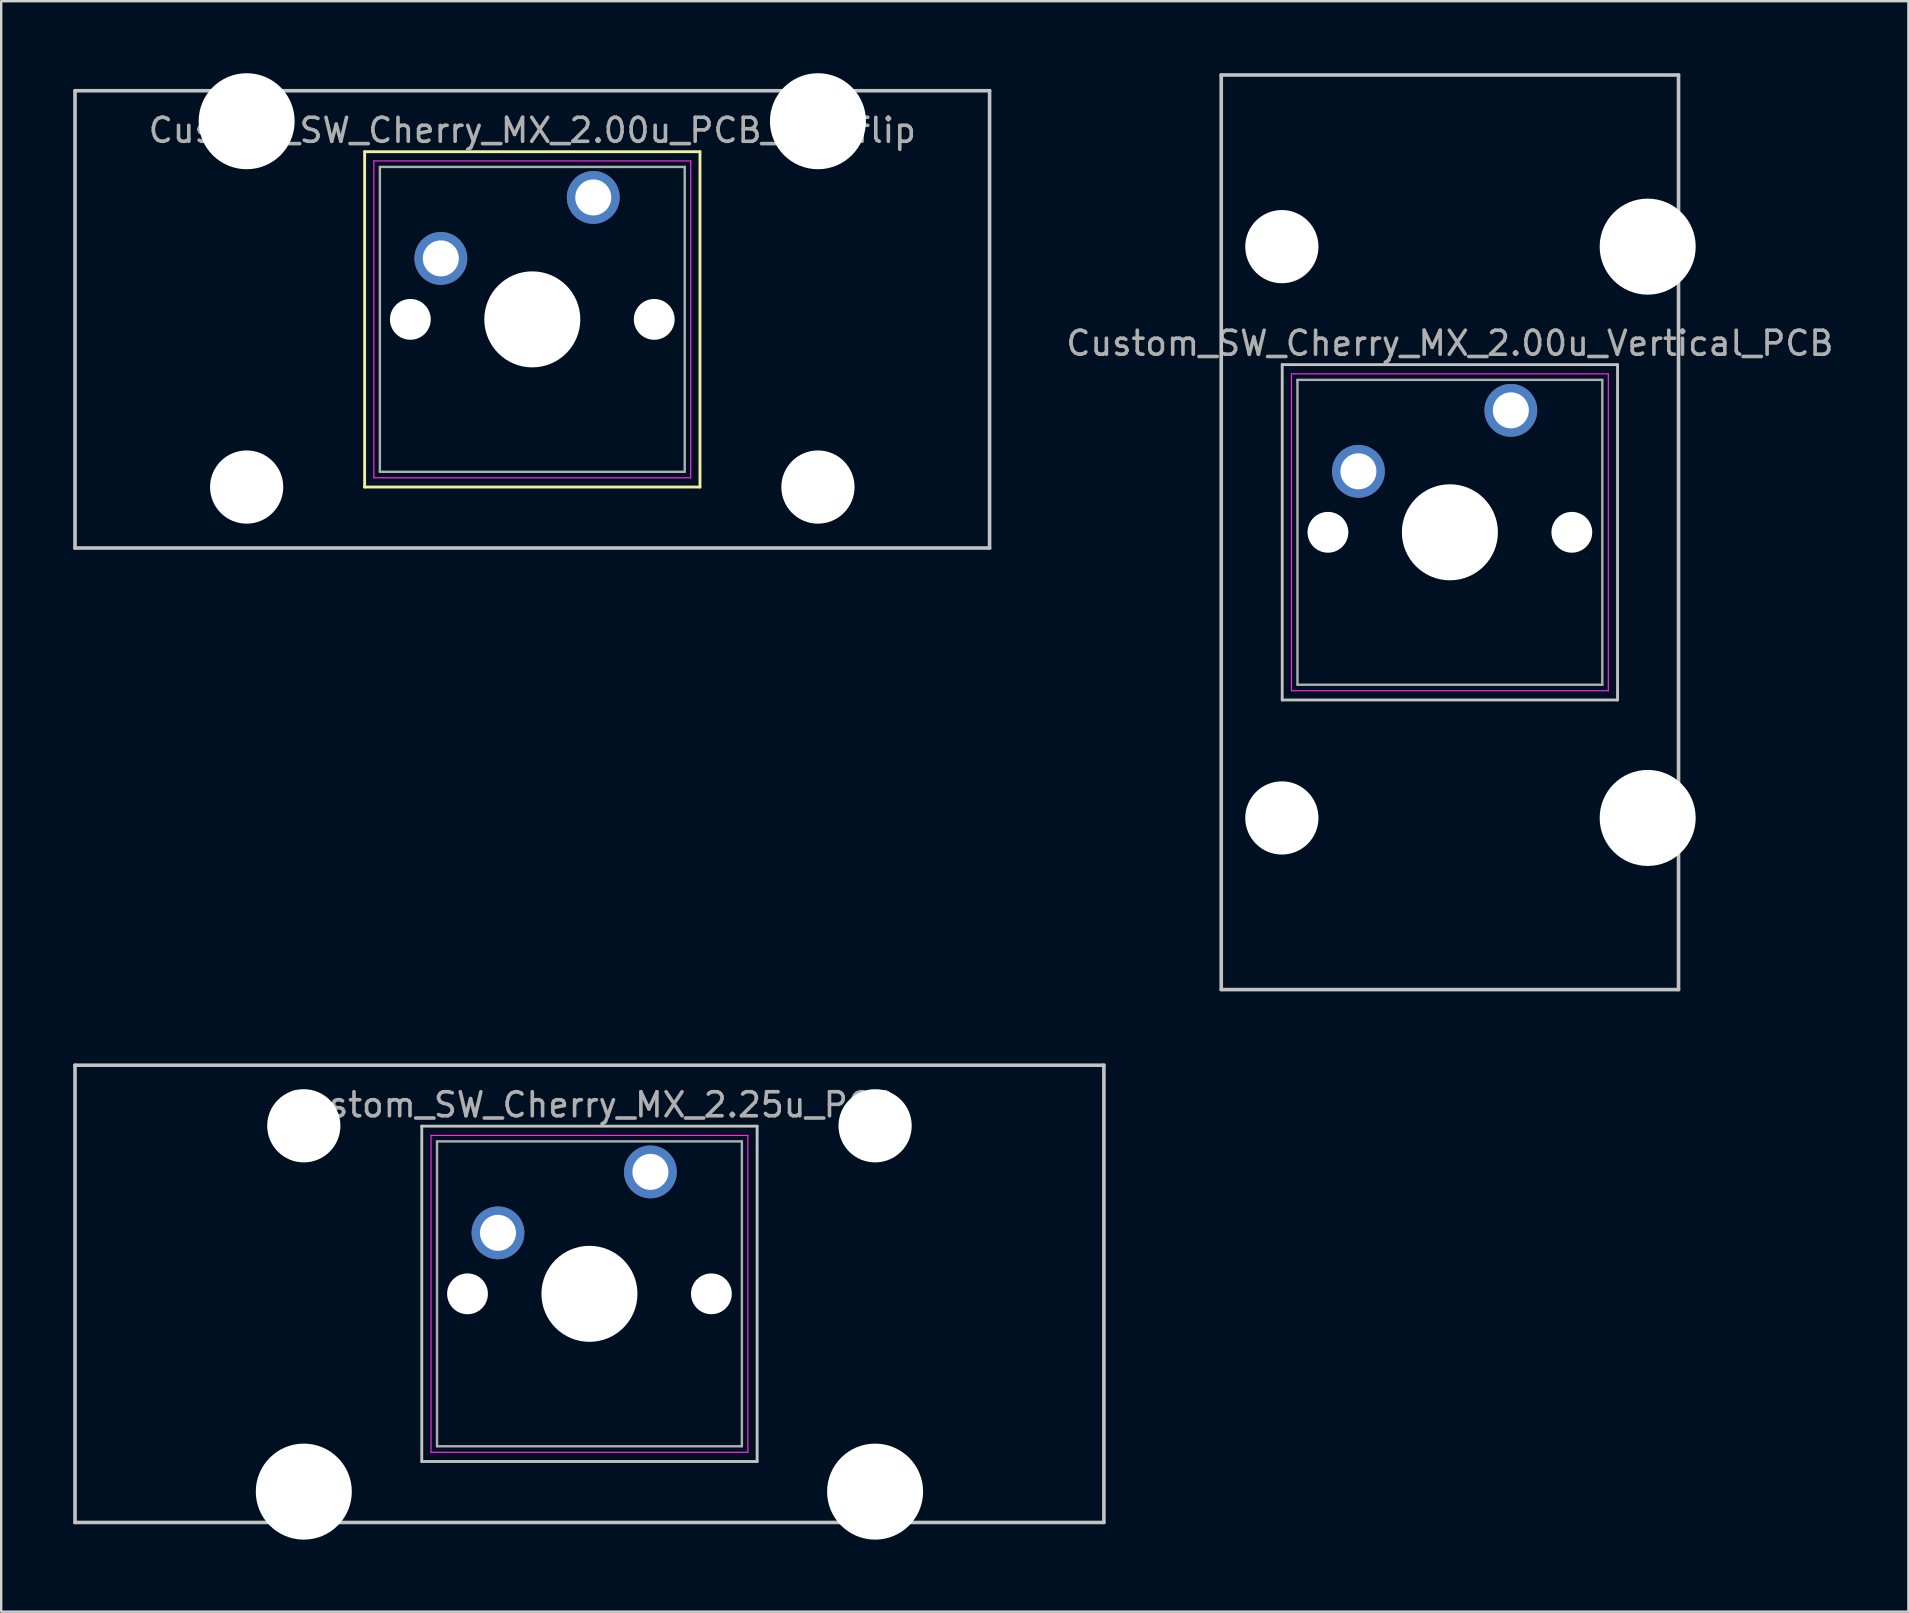
<source format=kicad_pcb>
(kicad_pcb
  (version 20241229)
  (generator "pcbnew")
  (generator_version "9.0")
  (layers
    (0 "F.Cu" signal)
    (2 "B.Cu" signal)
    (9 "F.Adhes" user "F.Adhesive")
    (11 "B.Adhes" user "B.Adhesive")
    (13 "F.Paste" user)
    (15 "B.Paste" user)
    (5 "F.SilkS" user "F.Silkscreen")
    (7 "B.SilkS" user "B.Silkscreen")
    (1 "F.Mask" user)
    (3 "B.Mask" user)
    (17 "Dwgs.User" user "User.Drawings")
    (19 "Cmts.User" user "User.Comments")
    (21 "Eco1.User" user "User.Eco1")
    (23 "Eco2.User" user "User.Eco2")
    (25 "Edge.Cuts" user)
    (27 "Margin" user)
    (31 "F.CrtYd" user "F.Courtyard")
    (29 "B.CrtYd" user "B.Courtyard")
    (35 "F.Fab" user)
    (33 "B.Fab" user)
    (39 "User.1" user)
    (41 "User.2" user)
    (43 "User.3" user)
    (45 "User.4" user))
  (footprint "Custom_SW_Cherry_MX_2.00u_PCB_stabflip"
    (layer "F.Cu")
    (at 21.665 5.175)
    (property "Reference" "Custom_SW_Cherry_MX_2.00u_PCB_stabflip" (at -2.54 -2.794 0) (layer "F.Fab") (effects (font (size 1 1) (thickness 0.15))))
    (attr through_hole)
    (fp_line (start -9.525 -1.905) (end 4.445 -1.905) (stroke (width 0.12) (type solid)) (layer "F.SilkS"))
    (fp_line (start -9.525 12.065) (end -9.525 -1.905) (stroke (width 0.12) (type solid)) (layer "F.SilkS"))
    (fp_line (start 4.445 -1.905) (end 4.445 12.065) (stroke (width 0.12) (type solid)) (layer "F.SilkS"))
    (fp_line (start 4.445 12.065) (end -9.525 12.065) (stroke (width 0.12) (type solid)) (layer "F.SilkS"))
    (fp_line (start -21.59 -4.445) (end 16.51 -4.445) (stroke (width 0.15) (type solid)) (layer "Dwgs.User"))
    (fp_line (start -21.59 14.605) (end -21.59 -4.445) (stroke (width 0.15) (type solid)) (layer "Dwgs.User"))
    (fp_line (start 16.51 -4.445) (end 16.51 14.605) (stroke (width 0.15) (type solid)) (layer "Dwgs.User"))
    (fp_line (start 16.51 14.605) (end -21.59 14.605) (stroke (width 0.15) (type solid)) (layer "Dwgs.User"))
    (fp_line (start -9.14 -1.52) (end 4.06 -1.52) (stroke (width 0.05) (type solid)) (layer "F.CrtYd"))
    (fp_line (start -9.14 11.68) (end -9.14 -1.52) (stroke (width 0.05) (type solid)) (layer "F.CrtYd"))
    (fp_line (start 4.06 -1.52) (end 4.06 11.68) (stroke (width 0.05) (type solid)) (layer "F.CrtYd"))
    (fp_line (start 4.06 11.68) (end -9.14 11.68) (stroke (width 0.05) (type solid)) (layer "F.CrtYd"))
    (fp_line (start -8.89 -1.27) (end 3.81 -1.27) (stroke (width 0.1) (type solid)) (layer "F.Fab"))
    (fp_line (start -8.89 11.43) (end -8.89 -1.27) (stroke (width 0.1) (type solid)) (layer "F.Fab"))
    (fp_line (start 3.81 -1.27) (end 3.81 11.43) (stroke (width 0.1) (type solid)) (layer "F.Fab"))
    (fp_line (start 3.81 11.43) (end -8.89 11.43) (stroke (width 0.1) (type solid)) (layer "F.Fab"))
    (pad "" np_thru_hole circle (at -14.44 -3.175) (size 4 4) (drill 4) (layers "*.Cu" "*.Mask"))
    (pad "" np_thru_hole circle (at -14.44 12.065) (size 3.05 3.05) (drill 3.05) (layers "*.Cu" "*.Mask"))
    (pad "" np_thru_hole circle (at -7.62 5.08) (size 1.7 1.7) (drill 1.7) (layers "*.Cu" "*.Mask"))
    (pad "" np_thru_hole circle (at -2.54 5.08) (size 4 4) (drill 4) (layers "*.Cu" "*.Mask"))
    (pad "" np_thru_hole circle (at 2.54 5.08) (size 1.7 1.7) (drill 1.7) (layers "*.Cu" "*.Mask"))
    (pad "" np_thru_hole circle (at 9.36 -3.175) (size 4 4) (drill 4) (layers "*.Cu" "*.Mask"))
    (pad "" np_thru_hole circle (at 9.36 12.065) (size 3.05 3.05) (drill 3.05) (layers "*.Cu" "*.Mask"))
    (pad "1" thru_hole circle (at 0 0) (size 2.2 2.2) (drill 1.5) (layers "*.Cu" "*.Mask"))
    (pad "2" thru_hole circle (at -6.35 2.54) (size 2.2 2.2) (drill 1.5) (layers "*.Cu" "*.Mask")))
  (footprint "Custom_SW_Cherry_MX_2.25u_PCB"
    (layer "F.Cu")
    (at 24.046 45.77)
    (property "Reference" "Custom_SW_Cherry_MX_2.25u_PCB" (at -2.54 -2.794 0) (layer "F.Fab") (effects (font (size 1 1) (thickness 0.15))))
    (attr through_hole)
    (fp_line (start -23.971 -4.445) (end 18.891 -4.445) (stroke (width 0.15) (type solid)) (layer "Dwgs.User"))
    (fp_line (start -23.971 14.605) (end -23.971 -4.445) (stroke (width 0.15) (type solid)) (layer "Dwgs.User"))
    (fp_line (start -9.525 -1.905) (end 4.445 -1.905) (stroke (width 0.12) (type solid)) (layer "Dwgs.User"))
    (fp_line (start -9.525 12.065) (end -9.525 -1.905) (stroke (width 0.12) (type solid)) (layer "Dwgs.User"))
    (fp_line (start 4.445 -1.905) (end 4.445 12.065) (stroke (width 0.12) (type solid)) (layer "Dwgs.User"))
    (fp_line (start 4.445 12.065) (end -9.525 12.065) (stroke (width 0.12) (type solid)) (layer "Dwgs.User"))
    (fp_line (start 18.891 -4.445) (end 18.891 14.605) (stroke (width 0.15) (type solid)) (layer "Dwgs.User"))
    (fp_line (start 18.891 14.605) (end -23.971 14.605) (stroke (width 0.15) (type solid)) (layer "Dwgs.User"))
    (fp_line (start -9.14 -1.52) (end 4.06 -1.52) (stroke (width 0.05) (type solid)) (layer "F.CrtYd"))
    (fp_line (start -9.14 11.68) (end -9.14 -1.52) (stroke (width 0.05) (type solid)) (layer "F.CrtYd"))
    (fp_line (start 4.06 -1.52) (end 4.06 11.68) (stroke (width 0.05) (type solid)) (layer "F.CrtYd"))
    (fp_line (start 4.06 11.68) (end -9.14 11.68) (stroke (width 0.05) (type solid)) (layer "F.CrtYd"))
    (fp_line (start -8.89 -1.27) (end 3.81 -1.27) (stroke (width 0.1) (type solid)) (layer "F.Fab"))
    (fp_line (start -8.89 11.43) (end -8.89 -1.27) (stroke (width 0.1) (type solid)) (layer "F.Fab"))
    (fp_line (start 3.81 -1.27) (end 3.81 11.43) (stroke (width 0.1) (type solid)) (layer "F.Fab"))
    (fp_line (start 3.81 11.43) (end -8.89 11.43) (stroke (width 0.1) (type solid)) (layer "F.Fab"))
    (pad "" np_thru_hole circle (at -14.44 -1.92) (size 3.05 3.05) (drill 3.05) (layers "*.Cu" "*.Mask"))
    (pad "" np_thru_hole circle (at -14.44 13.32) (size 4 4) (drill 4) (layers "*.Cu" "*.Mask"))
    (pad "" np_thru_hole circle (at -7.62 5.08) (size 1.7 1.7) (drill 1.7) (layers "*.Cu" "*.Mask"))
    (pad "" np_thru_hole circle (at -2.54 5.08) (size 4 4) (drill 4) (layers "*.Cu" "*.Mask"))
    (pad "" np_thru_hole circle (at 2.54 5.08) (size 1.7 1.7) (drill 1.7) (layers "*.Cu" "*.Mask"))
    (pad "" np_thru_hole circle (at 9.36 -1.92) (size 3.05 3.05) (drill 3.05) (layers "*.Cu" "*.Mask"))
    (pad "" np_thru_hole circle (at 9.36 13.32) (size 4 4) (drill 4) (layers "*.Cu" "*.Mask"))
    (pad "1" thru_hole circle (at 0 0) (size 2.2 2.2) (drill 1.5) (layers "*.Cu" "*.Mask"))
    (pad "2" thru_hole circle (at -6.35 2.54) (size 2.2 2.2) (drill 1.5) (layers "*.Cu" "*.Mask")))
  (footprint "Custom_SW_Cherry_MX_2.00u_Vertical_PCB"
    (layer "F.Cu")
    (at 59.891 14.045)
    (property "Reference" "Custom_SW_Cherry_MX_2.00u_Vertical_PCB" (at -2.54 -2.794 0) (layer "F.Fab") (effects (font (size 1 1) (thickness 0.15))))
    (attr through_hole)
    (fp_line (start -12.065 -13.97) (end 6.985 -13.97) (stroke (width 0.15) (type solid)) (layer "Dwgs.User"))
    (fp_line (start -12.065 24.13) (end -12.065 -13.97) (stroke (width 0.15) (type solid)) (layer "Dwgs.User"))
    (fp_line (start -9.525 -1.905) (end 4.445 -1.905) (stroke (width 0.12) (type solid)) (layer "Dwgs.User"))
    (fp_line (start -9.525 12.065) (end -9.525 -1.905) (stroke (width 0.12) (type solid)) (layer "Dwgs.User"))
    (fp_line (start 4.445 -1.905) (end 4.445 12.065) (stroke (width 0.12) (type solid)) (layer "Dwgs.User"))
    (fp_line (start 4.445 12.065) (end -9.525 12.065) (stroke (width 0.12) (type solid)) (layer "Dwgs.User"))
    (fp_line (start 6.985 -13.97) (end 6.985 24.13) (stroke (width 0.15) (type solid)) (layer "Dwgs.User"))
    (fp_line (start 6.985 24.13) (end -12.065 24.13) (stroke (width 0.15) (type solid)) (layer "Dwgs.User"))
    (fp_line (start -9.14 -1.52) (end 4.06 -1.52) (stroke (width 0.05) (type solid)) (layer "F.CrtYd"))
    (fp_line (start -9.14 11.68) (end -9.14 -1.52) (stroke (width 0.05) (type solid)) (layer "F.CrtYd"))
    (fp_line (start 4.06 -1.52) (end 4.06 11.68) (stroke (width 0.05) (type solid)) (layer "F.CrtYd"))
    (fp_line (start 4.06 11.68) (end -9.14 11.68) (stroke (width 0.05) (type solid)) (layer "F.CrtYd"))
    (fp_line (start -8.89 -1.27) (end 3.81 -1.27) (stroke (width 0.1) (type solid)) (layer "F.Fab"))
    (fp_line (start -8.89 11.43) (end -8.89 -1.27) (stroke (width 0.1) (type solid)) (layer "F.Fab"))
    (fp_line (start 3.81 -1.27) (end 3.81 11.43) (stroke (width 0.1) (type solid)) (layer "F.Fab"))
    (fp_line (start 3.81 11.43) (end -8.89 11.43) (stroke (width 0.1) (type solid)) (layer "F.Fab"))
    (pad "" np_thru_hole circle (at -9.54 -6.82) (size 3.05 3.05) (drill 3.05) (layers "*.Cu" "*.Mask"))
    (pad "" np_thru_hole circle (at -9.54 16.98) (size 3.05 3.05) (drill 3.05) (layers "*.Cu" "*.Mask"))
    (pad "" np_thru_hole circle (at -7.62 5.08) (size 1.7 1.7) (drill 1.7) (layers "*.Cu" "*.Mask"))
    (pad "" np_thru_hole circle (at -2.54 5.08) (size 4 4) (drill 4) (layers "*.Cu" "*.Mask"))
    (pad "" np_thru_hole circle (at 2.54 5.08) (size 1.7 1.7) (drill 1.7) (layers "*.Cu" "*.Mask"))
    (pad "" np_thru_hole circle (at 5.7 -6.82) (size 4 4) (drill 4) (layers "*.Cu" "*.Mask"))
    (pad "" np_thru_hole circle (at 5.7 16.98) (size 4 4) (drill 4) (layers "*.Cu" "*.Mask"))
    (pad "1" thru_hole circle (at 0 0) (size 2.2 2.2) (drill 1.5) (layers "*.Cu" "*.Mask"))
    (pad "2" thru_hole circle (at -6.35 2.54) (size 2.2 2.2) (drill 1.5) (layers "*.Cu" "*.Mask")))
  (gr_rect
    (start -3 -3)
    (end 76.452 64.09)
    (stroke (width 0.1) (type default))
    (fill no)
    (layer "Edge.Cuts")))
</source>
